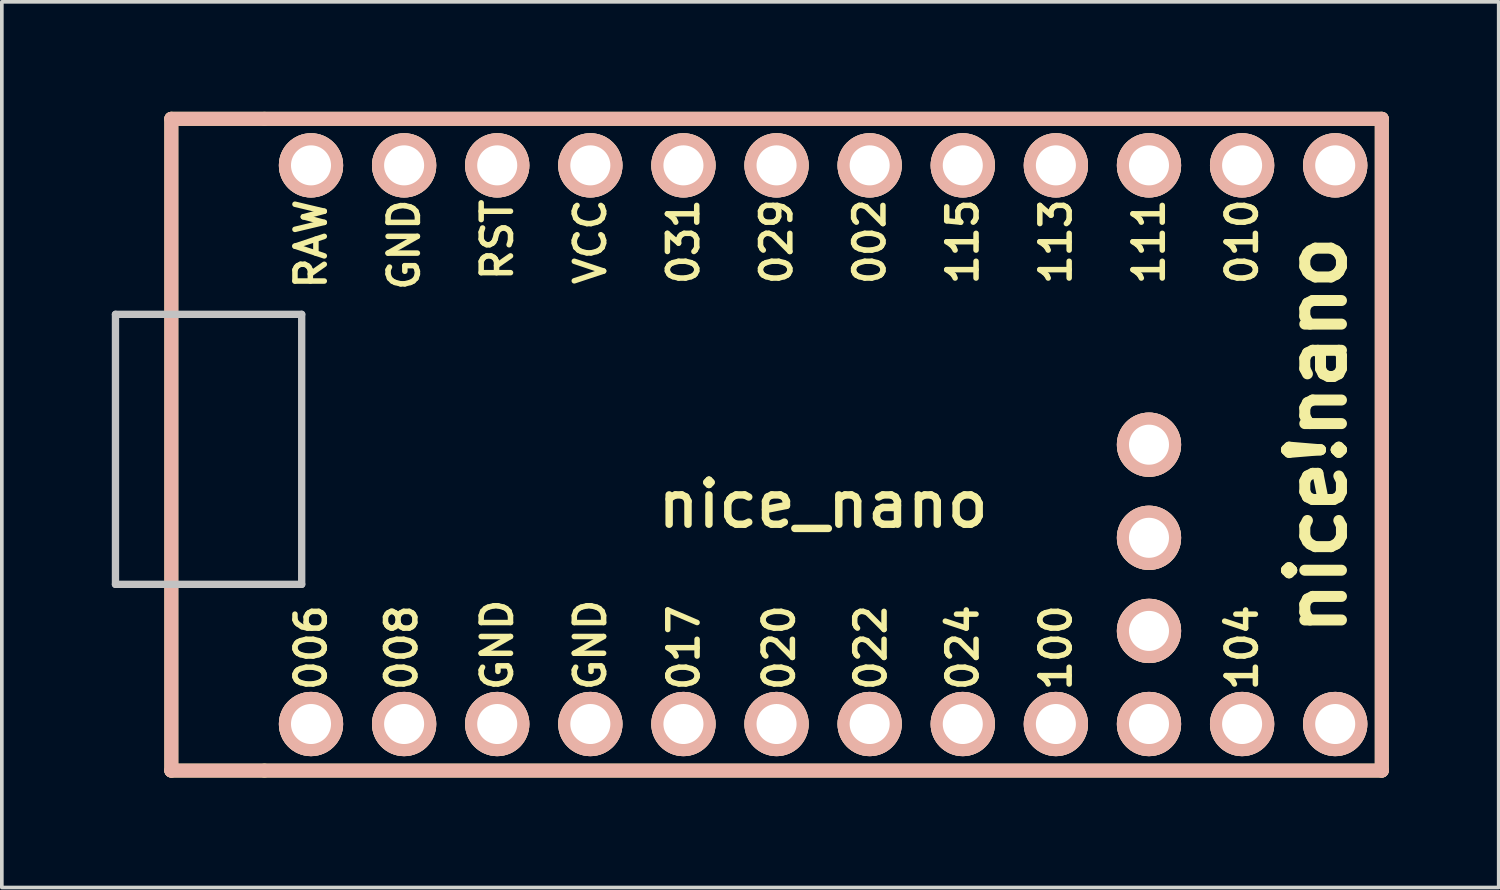
<source format=kicad_pcb>
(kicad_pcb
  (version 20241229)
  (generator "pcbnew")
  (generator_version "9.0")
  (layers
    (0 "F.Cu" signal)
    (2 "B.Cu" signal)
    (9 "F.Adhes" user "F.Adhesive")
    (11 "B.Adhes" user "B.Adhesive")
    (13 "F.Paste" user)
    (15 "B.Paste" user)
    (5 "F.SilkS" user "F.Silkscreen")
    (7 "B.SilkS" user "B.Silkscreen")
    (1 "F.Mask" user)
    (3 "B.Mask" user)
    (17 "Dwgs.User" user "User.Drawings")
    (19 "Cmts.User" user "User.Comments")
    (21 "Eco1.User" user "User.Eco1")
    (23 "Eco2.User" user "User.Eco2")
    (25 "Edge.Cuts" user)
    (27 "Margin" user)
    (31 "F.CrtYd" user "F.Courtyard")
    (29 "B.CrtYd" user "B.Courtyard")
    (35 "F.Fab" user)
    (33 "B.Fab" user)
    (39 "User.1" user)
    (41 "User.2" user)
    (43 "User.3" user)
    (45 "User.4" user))
  (footprint "nice_nano"
    (layer "F.Cu")
    (at 19.404 9.081)
    (property "Reference" "nice_nano" (at 0 1.625 0) (layer "F.SilkS") (effects (font (size 1.2 1.2) (thickness 0.203))))
    (attr through_hole)
    (fp_line (start -17.78 -8.89) (end -17.78 8.89) (stroke (width 0.381) (type solid)) (layer "F.SilkS"))
    (fp_line (start -17.78 8.89) (end -15.24 8.89) (stroke (width 0.381) (type solid)) (layer "F.SilkS"))
    (fp_line (start -15.24 -8.89) (end -17.78 -8.89) (stroke (width 0.381) (type solid)) (layer "F.SilkS"))
    (fp_line (start -15.24 8.89) (end 15.24 8.89) (stroke (width 0.381) (type solid)) (layer "F.SilkS"))
    (fp_line (start 15.24 -8.89) (end -15.24 -8.89) (stroke (width 0.381) (type solid)) (layer "F.SilkS"))
    (fp_line (start 15.24 8.89) (end 15.24 -8.89) (stroke (width 0.381) (type solid)) (layer "F.SilkS"))
    (fp_line (start -17.78 -8.89) (end -17.78 8.89) (stroke (width 0.381) (type solid)) (layer "B.SilkS"))
    (fp_line (start -17.78 8.89) (end 15.24 8.89) (stroke (width 0.381) (type solid)) (layer "B.SilkS"))
    (fp_line (start 15.24 -8.89) (end -17.78 -8.89) (stroke (width 0.381) (type solid)) (layer "B.SilkS"))
    (fp_line (start 15.24 8.89) (end 15.24 -8.89) (stroke (width 0.381) (type solid)) (layer "B.SilkS"))
    (fp_line (start -19.304 -3.556) (end -14.224 -3.556) (stroke (width 0.2) (type solid)) (layer "Dwgs.User"))
    (fp_line (start -19.304 3.81) (end -19.304 -3.556) (stroke (width 0.2) (type solid)) (layer "Dwgs.User"))
    (fp_line (start -14.224 -3.556) (end -14.224 3.81) (stroke (width 0.2) (type solid)) (layer "Dwgs.User"))
    (fp_line (start -14.224 3.81) (end -19.304 3.81) (stroke (width 0.2) (type solid)) (layer "Dwgs.User"))
    (fp_text user "020" (at -1.2 5.537 90) (layer "F.SilkS") (effects (font (size 0.8 0.8) (thickness 0.15))))
    (fp_text user "008" (at -11.5 5.537 90) (layer "F.SilkS") (effects (font (size 0.8 0.8) (thickness 0.15))))
    (fp_text user "024" (at 3.81 5.537 90) (layer "F.SilkS") (effects (font (size 0.8 0.8) (thickness 0.15))))
    (fp_text user "002" (at 1.27 -5.537 90) (layer "F.SilkS") (effects (font (size 0.8 0.8) (thickness 0.15))))
    (fp_text user "113" (at 6.35 -5.537 90) (layer "F.SilkS") (effects (font (size 0.8 0.8) (thickness 0.15))))
    (fp_text user "017" (at -3.8 5.537 90) (layer "F.SilkS") (effects (font (size 0.8 0.8) (thickness 0.15))))
    (fp_text user "100" (at 6.35 5.537 90) (layer "F.SilkS") (effects (font (size 0.8 0.8) (thickness 0.15))))
    (fp_text user "010" (at 11.43 -5.537 90) (layer "F.SilkS") (effects (font (size 0.8 0.8) (thickness 0.15))))
    (fp_text user "111" (at 8.89 -5.537 90) (layer "F.SilkS") (effects (font (size 0.8 0.8) (thickness 0.15))))
    (fp_text user "006" (at -13.97 5.537 90) (layer "F.SilkS") (effects (font (size 0.8 0.8) (thickness 0.15))))
    (fp_text user "GND" (at -11.43 -5.455 90) (layer "F.SilkS") (effects (font (size 0.8 0.8) (thickness 0.15))))
    (fp_text user "022" (at 1.3 5.537 90) (layer "F.SilkS") (effects (font (size 0.8 0.8) (thickness 0.15))))
    (fp_text user "029" (at -1.27 -5.537 90) (layer "F.SilkS") (effects (font (size 0.8 0.8) (thickness 0.15))))
    (fp_text user "031" (at -3.81 -5.537 90) (layer "F.SilkS") (effects (font (size 0.8 0.8) (thickness 0.15))))
    (fp_text user "RST" (at -8.89 -5.588 90) (layer "F.SilkS") (effects (font (size 0.8 0.8) (thickness 0.15))))
    (fp_text user "VCC" (at -6.35 -5.537 90) (layer "F.SilkS") (effects (font (size 0.8 0.8) (thickness 0.15))))
    (fp_text user "GND" (at -6.35 5.461 90) (layer "F.SilkS") (effects (font (size 0.8 0.8) (thickness 0.15))))
    (fp_text user "104" (at 11.43 5.537 90) (layer "F.SilkS") (effects (font (size 0.8 0.8) (thickness 0.15))))
    (fp_text user "RAW" (at -13.97 -5.474 90) (layer "F.SilkS") (effects (font (size 0.8 0.8) (thickness 0.15))))
    (fp_text user "GND" (at -8.89 5.461 90) (layer "F.SilkS") (effects (font (size 0.8 0.8) (thickness 0.15))))
    (fp_text user "nice!nano" (at 13.462 -0.254 90) (layer "F.SilkS") (effects (font (size 1.5 1.5) (thickness 0.3))))
    (fp_text user "115" (at 3.81 -5.537 90) (layer "F.SilkS") (effects (font (size 0.8 0.8) (thickness 0.15))))
    (pad "1" thru_hole circle (at -13.97 7.62) (size 1.753 1.753) (drill 1.092) (layers "*.Cu" "*.SilkS" "*.Mask"))
    (pad "2" thru_hole circle (at -11.43 7.62) (size 1.753 1.753) (drill 1.092) (layers "*.Cu" "*.SilkS" "*.Mask"))
    (pad "3" thru_hole circle (at -8.89 7.62) (size 1.753 1.753) (drill 1.092) (layers "*.Cu" "*.SilkS" "*.Mask"))
    (pad "4" thru_hole circle (at -6.35 7.62) (size 1.753 1.753) (drill 1.092) (layers "*.Cu" "*.SilkS" "*.Mask"))
    (pad "5" thru_hole circle (at -3.81 7.62) (size 1.753 1.753) (drill 1.092) (layers "*.Cu" "*.SilkS" "*.Mask"))
    (pad "6" thru_hole circle (at -1.27 7.62) (size 1.753 1.753) (drill 1.092) (layers "*.Cu" "*.SilkS" "*.Mask"))
    (pad "7" thru_hole circle (at 1.27 7.62) (size 1.753 1.753) (drill 1.092) (layers "*.Cu" "*.SilkS" "*.Mask"))
    (pad "8" thru_hole circle (at 3.81 7.62) (size 1.753 1.753) (drill 1.092) (layers "*.Cu" "*.SilkS" "*.Mask"))
    (pad "9" thru_hole circle (at 6.35 7.62) (size 1.753 1.753) (drill 1.092) (layers "*.Cu" "*.SilkS" "*.Mask"))
    (pad "10" thru_hole circle (at 8.89 7.62) (size 1.753 1.753) (drill 1.092) (layers "*.Cu" "*.SilkS" "*.Mask"))
    (pad "11" thru_hole circle (at 11.43 7.62) (size 1.753 1.753) (drill 1.092) (layers "*.Cu" "*.SilkS" "*.Mask"))
    (pad "12" thru_hole circle (at 13.97 7.62) (size 1.753 1.753) (drill 1.092) (layers "*.Cu" "*.SilkS" "*.Mask"))
    (pad "13" thru_hole circle (at 13.97 -7.62) (size 1.753 1.753) (drill 1.092) (layers "*.Cu" "*.SilkS" "*.Mask"))
    (pad "14" thru_hole circle (at 11.43 -7.62) (size 1.753 1.753) (drill 1.092) (layers "*.Cu" "*.SilkS" "*.Mask"))
    (pad "15" thru_hole circle (at 8.89 -7.62) (size 1.753 1.753) (drill 1.092) (layers "*.Cu" "*.SilkS" "*.Mask"))
    (pad "16" thru_hole circle (at 6.35 -7.62) (size 1.753 1.753) (drill 1.092) (layers "*.Cu" "*.SilkS" "*.Mask"))
    (pad "17" thru_hole circle (at 3.81 -7.62) (size 1.753 1.753) (drill 1.092) (layers "*.Cu" "*.SilkS" "*.Mask"))
    (pad "18" thru_hole circle (at 1.27 -7.62) (size 1.753 1.753) (drill 1.092) (layers "*.Cu" "*.SilkS" "*.Mask"))
    (pad "19" thru_hole circle (at -1.27 -7.62) (size 1.753 1.753) (drill 1.092) (layers "*.Cu" "*.SilkS" "*.Mask"))
    (pad "20" thru_hole circle (at -3.81 -7.62) (size 1.753 1.753) (drill 1.092) (layers "*.Cu" "*.SilkS" "*.Mask"))
    (pad "21" thru_hole circle (at -6.35 -7.62) (size 1.753 1.753) (drill 1.092) (layers "*.Cu" "*.SilkS" "*.Mask"))
    (pad "22" thru_hole circle (at -8.89 -7.62) (size 1.753 1.753) (drill 1.092) (layers "*.Cu" "*.SilkS" "*.Mask"))
    (pad "23" thru_hole circle (at -11.43 -7.62) (size 1.753 1.753) (drill 1.092) (layers "*.Cu" "*.SilkS" "*.Mask"))
    (pad "24" thru_hole circle (at -13.97 -7.62) (size 1.753 1.753) (drill 1.092) (layers "*.Cu" "*.SilkS" "*.Mask"))
    (pad "31" thru_hole circle (at 8.89 5.08) (size 1.753 1.753) (drill 1.092) (layers "*.Cu" "*.SilkS" "*.Mask"))
    (pad "32" thru_hole circle (at 8.89 2.54) (size 1.753 1.753) (drill 1.092) (layers "*.Cu" "*.SilkS" "*.Mask"))
    (pad "33" thru_hole circle (at 8.89 0) (size 1.753 1.753) (drill 1.092) (layers "*.Cu" "*.SilkS" "*.Mask")))
  (gr_rect
    (start -3 -3)
    (end 37.834 21.161)
    (stroke (width 0.1) (type default))
    (fill no)
    (layer "Edge.Cuts")))
</source>
